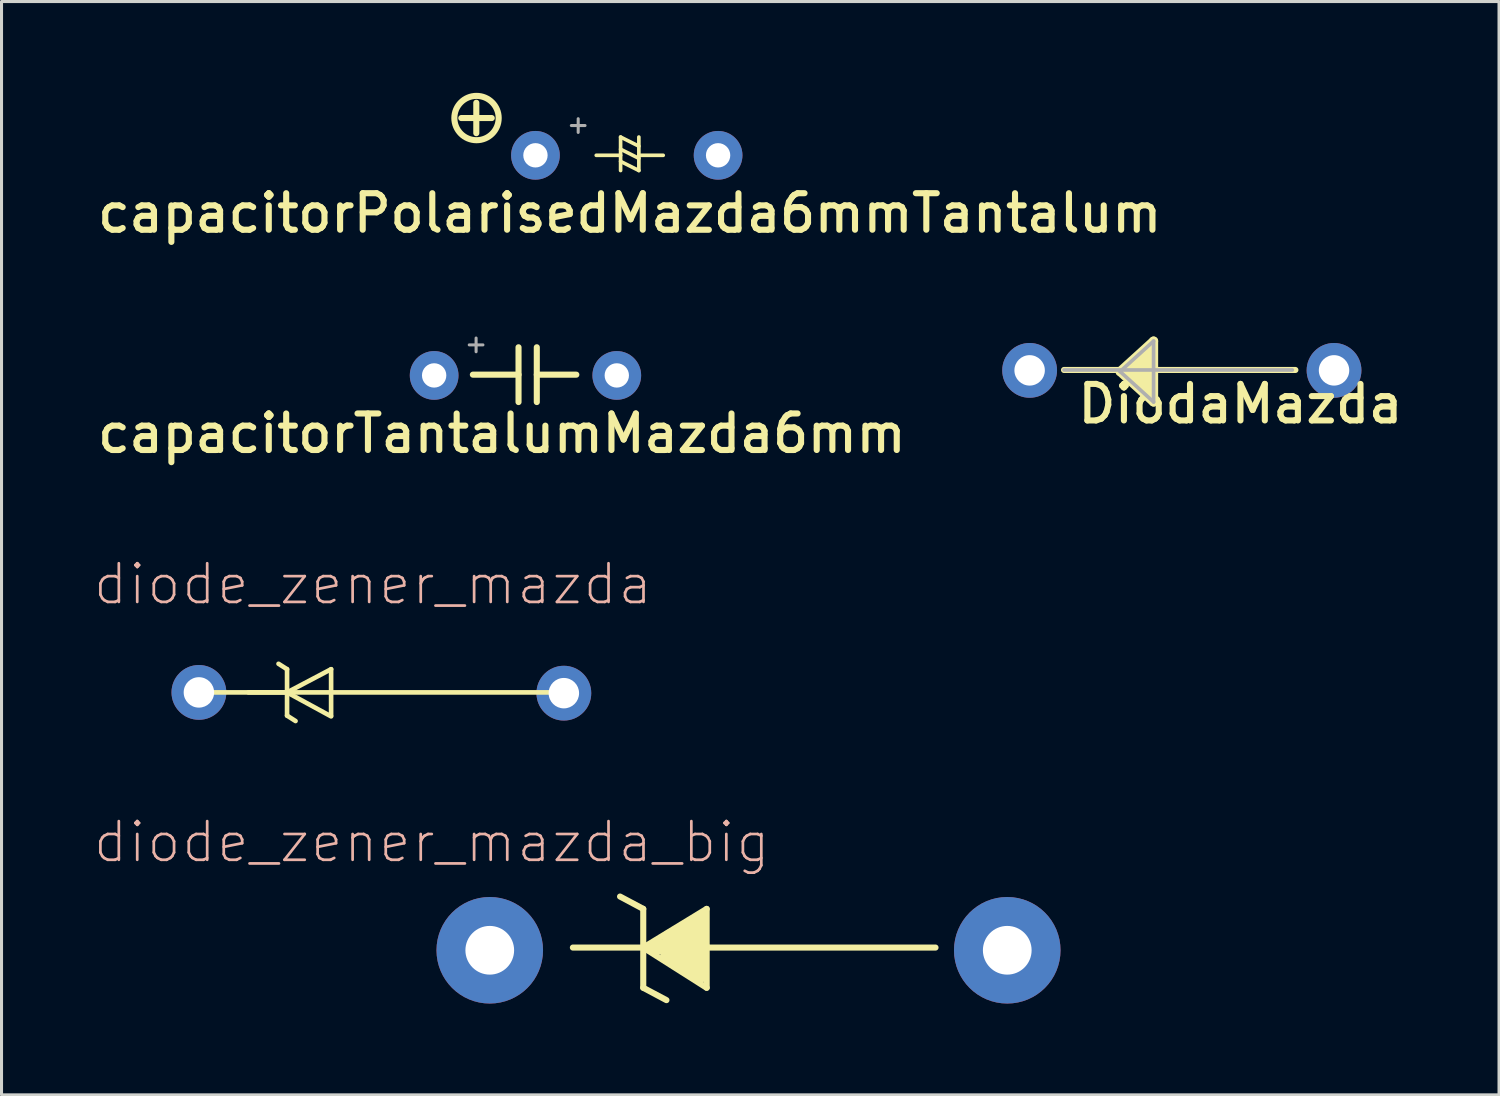
<source format=kicad_pcb>
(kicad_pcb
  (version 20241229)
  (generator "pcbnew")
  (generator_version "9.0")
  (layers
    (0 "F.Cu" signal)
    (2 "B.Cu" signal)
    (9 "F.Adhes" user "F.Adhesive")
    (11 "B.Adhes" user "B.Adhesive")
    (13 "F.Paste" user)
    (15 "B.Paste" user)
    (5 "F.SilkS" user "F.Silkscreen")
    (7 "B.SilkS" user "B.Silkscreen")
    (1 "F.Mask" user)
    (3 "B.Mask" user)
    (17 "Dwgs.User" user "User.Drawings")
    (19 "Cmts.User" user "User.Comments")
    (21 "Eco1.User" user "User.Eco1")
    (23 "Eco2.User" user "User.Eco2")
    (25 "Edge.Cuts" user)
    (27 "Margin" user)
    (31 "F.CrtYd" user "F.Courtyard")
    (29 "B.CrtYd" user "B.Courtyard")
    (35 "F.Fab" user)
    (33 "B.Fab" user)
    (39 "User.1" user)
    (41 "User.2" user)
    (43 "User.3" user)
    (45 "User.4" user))
  (footprint "diode_zener_mazda_big"
    (layer "F.Cu")
    (at 13.039 28.167)
    (property "Reference" "diode_zener_mazda_big" (at -1.905 -3.556 180) (layer "B.SilkS") (effects (font (size 1.27 1.27) (thickness 0.089))))
    (attr exclude_from_pos_files exclude_from_bom)
    (fp_line (start 2.731 -0.089) (end 14.643 -0.089) (stroke (width 0.2) (type solid)) (layer "F.SilkS"))
    (fp_line (start 5.042 -1.359) (end 4.28 -1.765) (stroke (width 0.2) (type solid)) (layer "F.SilkS"))
    (fp_line (start 5.042 -0.089) (end 7.125 -1.359) (stroke (width 0.2) (type solid)) (layer "F.SilkS"))
    (fp_line (start 5.042 1.232) (end 5.042 -1.359) (stroke (width 0.2) (type solid)) (layer "F.SilkS"))
    (fp_line (start 5.423 -0.114) (end 6.972 -0.114) (stroke (width 0.5) (type solid)) (layer "F.SilkS"))
    (fp_line (start 5.804 1.638) (end 5.042 1.232) (stroke (width 0.2) (type solid)) (layer "F.SilkS"))
    (fp_line (start 5.905 -0.419) (end 6.921 -1.003) (stroke (width 0.5) (type solid)) (layer "F.SilkS"))
    (fp_line (start 6.058 0.318) (end 6.083 -0.521) (stroke (width 0.5) (type solid)) (layer "F.SilkS"))
    (fp_line (start 6.464 0.572) (end 6.515 -0.775) (stroke (width 0.5) (type solid)) (layer "F.SilkS"))
    (fp_line (start 6.871 0.724) (end 5.855 0.14) (stroke (width 0.5) (type solid)) (layer "F.SilkS"))
    (fp_line (start 6.896 0.826) (end 6.921 -1.029) (stroke (width 0.5) (type solid)) (layer "F.SilkS"))
    (fp_line (start 7.125 -1.359) (end 7.125 1.232) (stroke (width 0.2) (type solid)) (layer "F.SilkS"))
    (fp_line (start 7.125 1.232) (end 5.042 -0.089) (stroke (width 0.2) (type solid)) (layer "F.SilkS"))
    (pad "1" thru_hole circle (at 0 0) (size 3.5 3.5) (drill 1.6) (layers "*.Cu" "*.Mask"))
    (pad "2" thru_hole circle (at 17 0) (size 3.5 3.5) (drill 1.6) (layers "*.Cu" "*.Mask")))
  (footprint "capacitorPolarisedMazda6mmTantalum"
    (layer "F.Cu")
    (at 14.54 2.052)
    (property "Reference" "capacitorPolarisedMazda6mmTantalum" (at 3.097 1.9 0) (layer "F.SilkS") (effects (font (size 1.2 1.2) (thickness 0.2))))
    (attr through_hole)
    (fp_line (start -2.436 -1.224) (end -1.436 -1.224) (stroke (width 0.2) (type solid)) (layer "F.SilkS"))
    (fp_line (start -1.943 -1.727) (end -1.943 -0.727) (stroke (width 0.2) (type solid)) (layer "F.SilkS"))
    (fp_line (start 1.997 0) (end 2.797 0) (stroke (width 0.12) (type solid)) (layer "F.SilkS"))
    (fp_line (start 2.797 -0.6) (end 3.397 -0.3) (stroke (width 0.12) (type solid)) (layer "F.SilkS"))
    (fp_line (start 2.797 -0.2) (end 3.397 0.1) (stroke (width 0.12) (type solid)) (layer "F.SilkS"))
    (fp_line (start 2.797 0.2) (end 3.397 0.5) (stroke (width 0.12) (type solid)) (layer "F.SilkS"))
    (fp_line (start 2.797 0.5) (end 2.797 -0.6) (stroke (width 0.12) (type solid)) (layer "F.SilkS"))
    (fp_line (start 3.397 -0.6) (end 3.397 0.5) (stroke (width 0.12) (type solid)) (layer "F.SilkS"))
    (fp_line (start 3.397 0) (end 4.197 0) (stroke (width 0.12) (type solid)) (layer "F.SilkS"))
    (fp_circle (center -1.936 -1.224) (end -1.208 -1.224) (stroke (width 0.2) (type solid)) (fill no) (layer "F.SilkS"))
    (fp_line (start 1.179 -0.978) (end 1.629 -0.978) (stroke (width 0.1) (type solid)) (layer "F.Fab"))
    (fp_line (start 1.404 -1.202) (end 1.404 -0.752) (stroke (width 0.1) (type solid)) (layer "F.Fab"))
    (pad "1" thru_hole circle (at 0 0) (size 1.6 1.6) (drill 0.8) (layers "*.Cu" "*.Mask"))
    (pad "2" thru_hole circle (at 6 0) (size 1.6 1.6) (drill 0.8) (layers "*.Cu" "*.Mask")))
  (footprint "diode_zener_mazda"
    (layer "F.Cu")
    (at 11.104 19.696)
    (property "Reference" "diode_zener_mazda" (at -1.905 -3.556 180) (layer "B.SilkS") (effects (font (size 1.27 1.27) (thickness 0.089))))
    (attr exclude_from_pos_files exclude_from_bom)
    (fp_line (start -7.391 0) (end 4.521 0) (stroke (width 0.152) (type solid)) (layer "F.SilkS"))
    (fp_line (start -5.994 0) (end -4.724 0) (stroke (width 0.152) (type solid)) (layer "F.SilkS"))
    (fp_line (start -5.004 -0.94) (end -4.724 -0.762) (stroke (width 0.152) (type solid)) (layer "F.SilkS"))
    (fp_line (start -4.724 -0.762) (end -4.724 0.762) (stroke (width 0.152) (type solid)) (layer "F.SilkS"))
    (fp_line (start -4.724 0) (end -3.277 -0.762) (stroke (width 0.152) (type solid)) (layer "F.SilkS"))
    (fp_line (start -4.724 0.762) (end -4.445 0.94) (stroke (width 0.152) (type solid)) (layer "F.SilkS"))
    (fp_line (start -3.277 -0.762) (end -3.277 0.762) (stroke (width 0.152) (type solid)) (layer "F.SilkS"))
    (fp_line (start -3.277 0.787) (end -4.724 0) (stroke (width 0.152) (type solid)) (layer "F.SilkS"))
    (pad "1" thru_hole circle (at -7.62 0) (size 1.8 1.8) (drill 1) (layers "*.Cu" "*.Mask"))
    (pad "2" thru_hole circle (at 4.369 0.025) (size 1.8 1.8) (drill 1) (layers "*.Cu" "*.Mask")))
  (footprint "DiodaMazda"
    (layer "F.Cu")
    (at 30.774 9.117)
    (property "Reference" "DiodaMazda" (at 6.926 1.1 180) (layer "F.SilkS") (effects (font (size 1.2 1.2) (thickness 0.2))))
    (attr through_hole)
    (fp_line (start 1.13 -0.013) (end 8.73 -0.013) (stroke (width 0.2) (type solid)) (layer "F.SilkS"))
    (fp_line (start 2.971 0.038) (end 4.072 -0.962) (stroke (width 0.3) (type solid)) (layer "F.SilkS"))
    (fp_line (start 2.971 0.038) (end 4.072 1.038) (stroke (width 0.3) (type solid)) (layer "F.SilkS"))
    (fp_line (start 3.372 0.038) (end 3.671 0.338) (stroke (width 0.4) (type solid)) (layer "F.SilkS"))
    (fp_line (start 3.471 -0.062) (end 3.671 -0.262) (stroke (width 0.4) (type solid)) (layer "F.SilkS"))
    (fp_line (start 3.872 -0.662) (end 3.872 0.638) (stroke (width 0.4) (type solid)) (layer "F.SilkS"))
    (fp_line (start 4.072 -0.962) (end 4.072 1.038) (stroke (width 0.3) (type solid)) (layer "F.SilkS"))
    (fp_line (start 1.13 -0.013) (end 8.63 -0.013) (stroke (width 0.12) (type solid)) (layer "F.Fab"))
    (fp_line (start 2.971 0.038) (end 4.072 1.038) (stroke (width 0.12) (type solid)) (layer "F.Fab"))
    (fp_line (start 4.072 -0.962) (end 2.971 0.038) (stroke (width 0.12) (type solid)) (layer "F.Fab"))
    (fp_line (start 4.072 -0.962) (end 4.072 1.038) (stroke (width 0.12) (type solid)) (layer "F.Fab"))
    (pad "1" thru_hole circle (at 0 0) (size 1.8 1.8) (drill 1) (layers "*.Cu" "*.Mask"))
    (pad "2" thru_hole oval (at 10 0) (size 1.8 1.8) (drill 1) (layers "*.Cu" "*.Mask")))
  (footprint "capacitorTantalumMazda6mm"
    (layer "F.Cu")
    (at 11.212 9.283)
    (property "Reference" "capacitorTantalumMazda6mm" (at 2.225 1.905 180) (layer "F.SilkS") (effects (font (size 1.2 1.2) (thickness 0.2))))
    (attr through_hole)
    (fp_line (start 1.272 -0.025) (end 2.772 -0.025) (stroke (width 0.2) (type solid)) (layer "F.SilkS"))
    (fp_line (start 2.772 0.875) (end 2.772 -0.925) (stroke (width 0.2) (type solid)) (layer "F.SilkS"))
    (fp_line (start 3.372 -0.925) (end 3.372 0.875) (stroke (width 0.2) (type solid)) (layer "F.SilkS"))
    (fp_line (start 3.372 -0.025) (end 4.671 -0.025) (stroke (width 0.2) (type solid)) (layer "F.SilkS"))
    (fp_line (start 1.153 -1.003) (end 1.603 -1.003) (stroke (width 0.1) (type solid)) (layer "F.Fab"))
    (fp_line (start 1.378 -1.228) (end 1.378 -0.778) (stroke (width 0.1) (type solid)) (layer "F.Fab"))
    (pad "1" thru_hole circle (at 0 0) (size 1.6 1.6) (drill 0.8) (layers "*.Cu" "*.Mask"))
    (pad "2" thru_hole circle (at 6 0) (size 1.6 1.6) (drill 0.8) (layers "*.Cu" "*.Mask")))
  (gr_rect
    (start -3 -3)
    (end 46.194 32.917)
    (stroke (width 0.1) (type default))
    (fill no)
    (layer "Edge.Cuts")))
</source>
